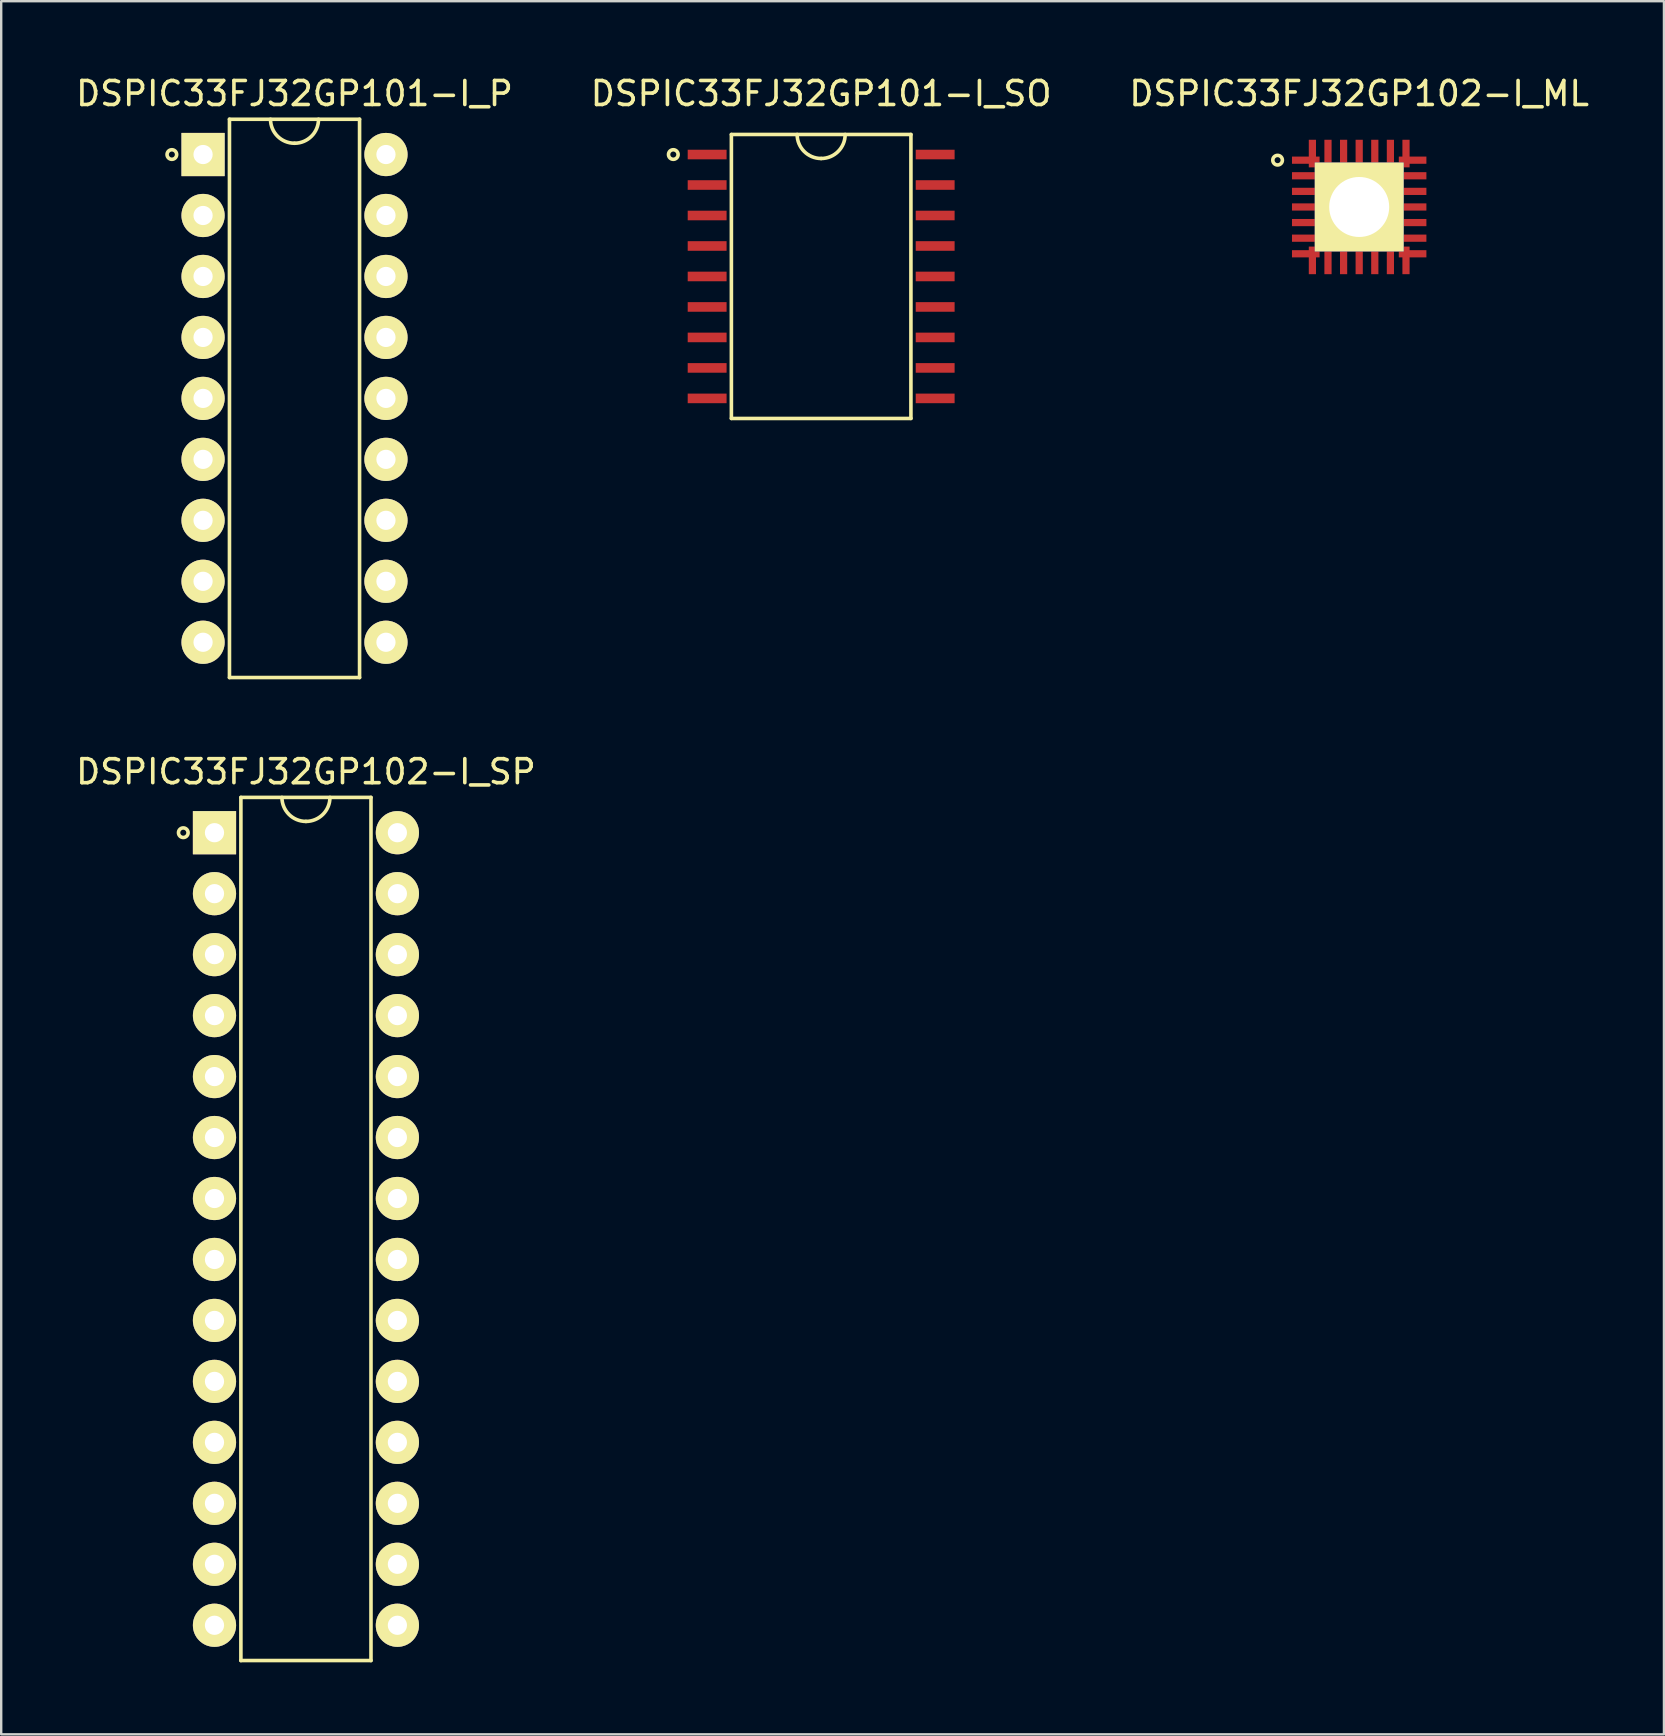
<source format=kicad_pcb>
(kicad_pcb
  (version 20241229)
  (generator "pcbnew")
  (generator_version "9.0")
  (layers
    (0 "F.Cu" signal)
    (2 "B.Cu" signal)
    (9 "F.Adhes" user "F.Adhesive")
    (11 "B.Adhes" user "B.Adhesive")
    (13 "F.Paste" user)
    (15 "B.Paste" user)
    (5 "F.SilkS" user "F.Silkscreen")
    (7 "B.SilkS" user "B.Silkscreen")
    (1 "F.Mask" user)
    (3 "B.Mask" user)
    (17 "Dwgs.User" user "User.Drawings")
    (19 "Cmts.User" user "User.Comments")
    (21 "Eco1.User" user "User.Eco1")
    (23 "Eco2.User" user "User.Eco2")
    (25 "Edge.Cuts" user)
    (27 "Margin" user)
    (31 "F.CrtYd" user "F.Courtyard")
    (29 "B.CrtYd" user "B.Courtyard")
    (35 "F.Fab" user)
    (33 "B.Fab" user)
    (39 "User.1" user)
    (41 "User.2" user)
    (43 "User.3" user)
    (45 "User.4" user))
  (footprint "DSPIC33FJ32GP102-I_ML"
    (layer "F.Cu")
    (at 51.352 3.348)
    (property "Reference" "DSPIC33FJ32GP102-I_ML" (at 2.225 -2.5 0) (layer "F.SilkS") (effects (font (size 1 1) (thickness 0.15))))
    (attr through_hole)
    (fp_line (start 0.775 0.775) (end 0.775 3.675) (stroke (width 0.15) (type solid)) (layer "F.SilkS"))
    (fp_line (start 0.775 0.775) (end 3.675 0.775) (stroke (width 0.15) (type solid)) (layer "F.SilkS"))
    (fp_line (start 0.775 3.675) (end 3.675 3.675) (stroke (width 0.15) (type solid)) (layer "F.SilkS"))
    (fp_line (start 3.675 3.675) (end 3.675 0.775) (stroke (width 0.15) (type solid)) (layer "F.SilkS"))
    (fp_circle (center -1.175 0.275) (end -1.175 0.075) (stroke (width 0.15) (type solid)) (fill no) (layer "F.SilkS"))
    (fp_circle (center 1.775 1.775) (end 1.775 1.275) (stroke (width 0.15) (type solid)) (fill no) (layer "F.SilkS"))
    (pad "1" smd rect (at 0 0.275) (size 1.15 0.3) (layers "F.Cu" "F.Mask" "F.Paste"))
    (pad "2" smd rect (at 0 0.925) (size 1.15 0.3) (layers "F.Cu" "F.Mask" "F.Paste"))
    (pad "3" smd rect (at 0 1.575) (size 1.15 0.3) (layers "F.Cu" "F.Mask" "F.Paste"))
    (pad "4" smd rect (at 0 2.225) (size 1.15 0.3) (layers "F.Cu" "F.Mask" "F.Paste"))
    (pad "5" smd rect (at 0 2.875) (size 1.15 0.3) (layers "F.Cu" "F.Mask" "F.Paste"))
    (pad "6" smd rect (at 0 3.525) (size 1.15 0.3) (layers "F.Cu" "F.Mask" "F.Paste"))
    (pad "7" smd rect (at 0 4.175) (size 1.15 0.3) (layers "F.Cu" "F.Mask" "F.Paste"))
    (pad "8" smd rect (at 0.275 4.45) (size 0.3 1.15) (layers "F.Cu" "F.Mask" "F.Paste"))
    (pad "9" smd rect (at 0.925 4.45) (size 0.3 1.15) (layers "F.Cu" "F.Mask" "F.Paste"))
    (pad "10" smd rect (at 1.575 4.45) (size 0.3 1.15) (layers "F.Cu" "F.Mask" "F.Paste"))
    (pad "11" smd rect (at 2.225 4.45) (size 0.3 1.15) (layers "F.Cu" "F.Mask" "F.Paste"))
    (pad "12" smd rect (at 2.875 4.45) (size 0.3 1.15) (layers "F.Cu" "F.Mask" "F.Paste"))
    (pad "13" smd rect (at 3.525 4.45) (size 0.3 1.15) (layers "F.Cu" "F.Mask" "F.Paste"))
    (pad "14" smd rect (at 4.175 4.45) (size 0.3 1.15) (layers "F.Cu" "F.Mask" "F.Paste"))
    (pad "15" smd rect (at 4.45 4.175) (size 1.15 0.3) (layers "F.Cu" "F.Mask" "F.Paste"))
    (pad "16" smd rect (at 4.45 3.525) (size 1.15 0.3) (layers "F.Cu" "F.Mask" "F.Paste"))
    (pad "17" smd rect (at 4.45 2.875) (size 1.15 0.3) (layers "F.Cu" "F.Mask" "F.Paste"))
    (pad "18" smd rect (at 4.45 2.225) (size 1.15 0.3) (layers "F.Cu" "F.Mask" "F.Paste"))
    (pad "19" smd rect (at 4.45 1.575) (size 1.15 0.3) (layers "F.Cu" "F.Mask" "F.Paste"))
    (pad "20" smd rect (at 4.45 0.925) (size 1.15 0.3) (layers "F.Cu" "F.Mask" "F.Paste"))
    (pad "21" smd rect (at 4.45 0.275) (size 1.15 0.3) (layers "F.Cu" "F.Mask" "F.Paste"))
    (pad "22" smd rect (at 4.175 0) (size 0.3 1.15) (layers "F.Cu" "F.Mask" "F.Paste"))
    (pad "23" smd rect (at 3.525 0) (size 0.3 1.15) (layers "F.Cu" "F.Mask" "F.Paste"))
    (pad "24" smd rect (at 2.875 0) (size 0.3 1.15) (layers "F.Cu" "F.Mask" "F.Paste"))
    (pad "25" smd rect (at 2.225 0) (size 0.3 1.15) (layers "F.Cu" "F.Mask" "F.Paste"))
    (pad "26" smd rect (at 1.575 0) (size 0.3 1.15) (layers "F.Cu" "F.Mask" "F.Paste"))
    (pad "27" smd rect (at 0.925 0) (size 0.3 1.15) (layers "F.Cu" "F.Mask" "F.Paste"))
    (pad "28" smd rect (at 0.275 0) (size 0.3 1.15) (layers "F.Cu" "F.Mask" "F.Paste"))
    (pad "999" thru_hole rect (at 2.225 2.225) (size 3.7 3.7) (drill 2.5) (layers "*.Cu" "*.Mask" "F.SilkS")))
  (footprint "DSPIC33FJ32GP102-I_SP"
    (layer "F.Cu")
    (at 5.886 31.642)
    (property "Reference" "DSPIC33FJ32GP102-I_SP" (at 3.81 -2.54 0) (layer "F.SilkS") (effects (font (size 1 1) (thickness 0.15))))
    (attr through_hole)
    (fp_line (start 1.1 -1.47) (end 6.52 -1.47) (stroke (width 0.15) (type solid)) (layer "F.SilkS"))
    (fp_line (start 1.1 34.49) (end 1.1 -1.47) (stroke (width 0.15) (type solid)) (layer "F.SilkS"))
    (fp_line (start 6.52 -1.47) (end 6.52 34.49) (stroke (width 0.15) (type solid)) (layer "F.SilkS"))
    (fp_line (start 6.52 34.49) (end 1.1 34.49) (stroke (width 0.15) (type solid)) (layer "F.SilkS"))
    (fp_arc (start 3.81 -0.47) (mid 3.102893 -0.762893) (end 2.81 -1.47) (stroke (width 0.15) (type solid)) (layer "F.SilkS"))
    (fp_arc (start 4.81 -1.47) (mid 4.517107 -0.762893) (end 3.81 -0.47) (stroke (width 0.15) (type solid)) (layer "F.SilkS"))
    (fp_circle (center -1.3 0) (end -1.3 0.2) (stroke (width 0.15) (type solid)) (fill no) (layer "F.SilkS"))
    (pad "1" thru_hole rect (at 0 0) (size 1.8 1.8) (drill 0.8) (layers "*.Cu" "*.Mask" "F.SilkS"))
    (pad "2" thru_hole circle (at 0 2.54) (size 1.8 1.8) (drill 0.8) (layers "*.Cu" "*.Mask" "F.SilkS"))
    (pad "3" thru_hole circle (at 0 5.08) (size 1.8 1.8) (drill 0.8) (layers "*.Cu" "*.Mask" "F.SilkS"))
    (pad "4" thru_hole circle (at 0 7.62) (size 1.8 1.8) (drill 0.8) (layers "*.Cu" "*.Mask" "F.SilkS"))
    (pad "5" thru_hole circle (at 0 10.16) (size 1.8 1.8) (drill 0.8) (layers "*.Cu" "*.Mask" "F.SilkS"))
    (pad "6" thru_hole circle (at 0 12.7) (size 1.8 1.8) (drill 0.8) (layers "*.Cu" "*.Mask" "F.SilkS"))
    (pad "7" thru_hole circle (at 0 15.24) (size 1.8 1.8) (drill 0.8) (layers "*.Cu" "*.Mask" "F.SilkS"))
    (pad "8" thru_hole circle (at 0 17.78) (size 1.8 1.8) (drill 0.8) (layers "*.Cu" "*.Mask" "F.SilkS"))
    (pad "9" thru_hole circle (at 0 20.32) (size 1.8 1.8) (drill 0.8) (layers "*.Cu" "*.Mask" "F.SilkS"))
    (pad "10" thru_hole circle (at 0 22.86) (size 1.8 1.8) (drill 0.8) (layers "*.Cu" "*.Mask" "F.SilkS"))
    (pad "11" thru_hole circle (at 0 25.4) (size 1.8 1.8) (drill 0.8) (layers "*.Cu" "*.Mask" "F.SilkS"))
    (pad "12" thru_hole circle (at 0 27.94) (size 1.8 1.8) (drill 0.8) (layers "*.Cu" "*.Mask" "F.SilkS"))
    (pad "13" thru_hole circle (at 0 30.48) (size 1.8 1.8) (drill 0.8) (layers "*.Cu" "*.Mask" "F.SilkS"))
    (pad "14" thru_hole circle (at 0 33.02) (size 1.8 1.8) (drill 0.8) (layers "*.Cu" "*.Mask" "F.SilkS"))
    (pad "15" thru_hole circle (at 7.62 33.02) (size 1.8 1.8) (drill 0.8) (layers "*.Cu" "*.Mask" "F.SilkS"))
    (pad "16" thru_hole circle (at 7.62 30.48) (size 1.8 1.8) (drill 0.8) (layers "*.Cu" "*.Mask" "F.SilkS"))
    (pad "17" thru_hole circle (at 7.62 27.94) (size 1.8 1.8) (drill 0.8) (layers "*.Cu" "*.Mask" "F.SilkS"))
    (pad "18" thru_hole circle (at 7.62 25.4) (size 1.8 1.8) (drill 0.8) (layers "*.Cu" "*.Mask" "F.SilkS"))
    (pad "19" thru_hole circle (at 7.62 22.86) (size 1.8 1.8) (drill 0.8) (layers "*.Cu" "*.Mask" "F.SilkS"))
    (pad "20" thru_hole circle (at 7.62 20.32) (size 1.8 1.8) (drill 0.8) (layers "*.Cu" "*.Mask" "F.SilkS"))
    (pad "21" thru_hole circle (at 7.62 17.78) (size 1.8 1.8) (drill 0.8) (layers "*.Cu" "*.Mask" "F.SilkS"))
    (pad "22" thru_hole circle (at 7.62 15.24) (size 1.8 1.8) (drill 0.8) (layers "*.Cu" "*.Mask" "F.SilkS"))
    (pad "23" thru_hole circle (at 7.62 12.7) (size 1.8 1.8) (drill 0.8) (layers "*.Cu" "*.Mask" "F.SilkS"))
    (pad "24" thru_hole circle (at 7.62 10.16) (size 1.8 1.8) (drill 0.8) (layers "*.Cu" "*.Mask" "F.SilkS"))
    (pad "25" thru_hole circle (at 7.62 7.62) (size 1.8 1.8) (drill 0.8) (layers "*.Cu" "*.Mask" "F.SilkS"))
    (pad "26" thru_hole circle (at 7.62 5.08) (size 1.8 1.8) (drill 0.8) (layers "*.Cu" "*.Mask" "F.SilkS"))
    (pad "27" thru_hole circle (at 7.62 2.54) (size 1.8 1.8) (drill 0.8) (layers "*.Cu" "*.Mask" "F.SilkS"))
    (pad "28" thru_hole circle (at 7.62 0) (size 1.8 1.8) (drill 0.8) (layers "*.Cu" "*.Mask" "F.SilkS")))
  (footprint "DSPIC33FJ32GP101-I_P"
    (layer "F.Cu")
    (at 5.41 3.388)
    (property "Reference" "DSPIC33FJ32GP101-I_P" (at 3.81 -2.54 0) (layer "F.SilkS") (effects (font (size 1 1) (thickness 0.15))))
    (attr through_hole)
    (fp_line (start 1.1 -1.47) (end 6.52 -1.47) (stroke (width 0.15) (type solid)) (layer "F.SilkS"))
    (fp_line (start 1.1 21.79) (end 1.1 -1.47) (stroke (width 0.15) (type solid)) (layer "F.SilkS"))
    (fp_line (start 6.52 -1.47) (end 6.52 21.79) (stroke (width 0.15) (type solid)) (layer "F.SilkS"))
    (fp_line (start 6.52 21.79) (end 1.1 21.79) (stroke (width 0.15) (type solid)) (layer "F.SilkS"))
    (fp_arc (start 3.81 -0.47) (mid 3.102893 -0.762893) (end 2.81 -1.47) (stroke (width 0.15) (type solid)) (layer "F.SilkS"))
    (fp_arc (start 4.81 -1.47) (mid 4.517107 -0.762893) (end 3.81 -0.47) (stroke (width 0.15) (type solid)) (layer "F.SilkS"))
    (fp_circle (center -1.3 0) (end -1.3 0.2) (stroke (width 0.15) (type solid)) (fill no) (layer "F.SilkS"))
    (pad "1" thru_hole rect (at 0 0) (size 1.8 1.8) (drill 0.8) (layers "*.Cu" "*.Mask" "F.SilkS"))
    (pad "2" thru_hole circle (at 0 2.54) (size 1.8 1.8) (drill 0.8) (layers "*.Cu" "*.Mask" "F.SilkS"))
    (pad "3" thru_hole circle (at 0 5.08) (size 1.8 1.8) (drill 0.8) (layers "*.Cu" "*.Mask" "F.SilkS"))
    (pad "4" thru_hole circle (at 0 7.62) (size 1.8 1.8) (drill 0.8) (layers "*.Cu" "*.Mask" "F.SilkS"))
    (pad "5" thru_hole circle (at 0 10.16) (size 1.8 1.8) (drill 0.8) (layers "*.Cu" "*.Mask" "F.SilkS"))
    (pad "6" thru_hole circle (at 0 12.7) (size 1.8 1.8) (drill 0.8) (layers "*.Cu" "*.Mask" "F.SilkS"))
    (pad "7" thru_hole circle (at 0 15.24) (size 1.8 1.8) (drill 0.8) (layers "*.Cu" "*.Mask" "F.SilkS"))
    (pad "8" thru_hole circle (at 0 17.78) (size 1.8 1.8) (drill 0.8) (layers "*.Cu" "*.Mask" "F.SilkS"))
    (pad "9" thru_hole circle (at 0 20.32) (size 1.8 1.8) (drill 0.8) (layers "*.Cu" "*.Mask" "F.SilkS"))
    (pad "10" thru_hole circle (at 7.62 20.32) (size 1.8 1.8) (drill 0.8) (layers "*.Cu" "*.Mask" "F.SilkS"))
    (pad "11" thru_hole circle (at 7.62 17.78) (size 1.8 1.8) (drill 0.8) (layers "*.Cu" "*.Mask" "F.SilkS"))
    (pad "12" thru_hole circle (at 7.62 15.24) (size 1.8 1.8) (drill 0.8) (layers "*.Cu" "*.Mask" "F.SilkS"))
    (pad "13" thru_hole circle (at 7.62 12.7) (size 1.8 1.8) (drill 0.8) (layers "*.Cu" "*.Mask" "F.SilkS"))
    (pad "14" thru_hole circle (at 7.62 10.16) (size 1.8 1.8) (drill 0.8) (layers "*.Cu" "*.Mask" "F.SilkS"))
    (pad "15" thru_hole circle (at 7.62 7.62) (size 1.8 1.8) (drill 0.8) (layers "*.Cu" "*.Mask" "F.SilkS"))
    (pad "16" thru_hole circle (at 7.62 5.08) (size 1.8 1.8) (drill 0.8) (layers "*.Cu" "*.Mask" "F.SilkS"))
    (pad "17" thru_hole circle (at 7.62 2.54) (size 1.8 1.8) (drill 0.8) (layers "*.Cu" "*.Mask" "F.SilkS"))
    (pad "18" thru_hole circle (at 7.62 0) (size 1.8 1.8) (drill 0.8) (layers "*.Cu" "*.Mask" "F.SilkS")))
  (footprint "DSPIC33FJ32GP101-I_SO"
    (layer "F.Cu")
    (at 26.411 3.388)
    (property "Reference" "DSPIC33FJ32GP101-I_SO" (at 4.75 -2.54 0) (layer "F.SilkS") (effects (font (size 1 1) (thickness 0.15))))
    (attr through_hole)
    (fp_line (start 1.01 -0.835) (end 8.49 -0.835) (stroke (width 0.15) (type solid)) (layer "F.SilkS"))
    (fp_line (start 1.01 10.995) (end 1.01 -0.835) (stroke (width 0.15) (type solid)) (layer "F.SilkS"))
    (fp_line (start 8.49 -0.835) (end 8.49 10.995) (stroke (width 0.15) (type solid)) (layer "F.SilkS"))
    (fp_line (start 8.49 10.995) (end 1.01 10.995) (stroke (width 0.15) (type solid)) (layer "F.SilkS"))
    (fp_arc (start 4.75 0.165) (mid 4.042893 -0.127893) (end 3.75 -0.835) (stroke (width 0.15) (type solid)) (layer "F.SilkS"))
    (fp_arc (start 5.75 -0.835) (mid 5.457107 -0.127893) (end 4.75 0.165) (stroke (width 0.15) (type solid)) (layer "F.SilkS"))
    (fp_circle (center -1.41 0) (end -1.41 0.2) (stroke (width 0.15) (type solid)) (fill no) (layer "F.SilkS"))
    (pad "1" smd rect (at 0 0) (size 1.62 0.4) (layers "F.Cu" "F.Mask" "F.Paste"))
    (pad "2" smd rect (at 0 1.27) (size 1.62 0.4) (layers "F.Cu" "F.Mask" "F.Paste"))
    (pad "3" smd rect (at 0 2.54) (size 1.62 0.4) (layers "F.Cu" "F.Mask" "F.Paste"))
    (pad "4" smd rect (at 0 3.81) (size 1.62 0.4) (layers "F.Cu" "F.Mask" "F.Paste"))
    (pad "5" smd rect (at 0 5.08) (size 1.62 0.4) (layers "F.Cu" "F.Mask" "F.Paste"))
    (pad "6" smd rect (at 0 6.35) (size 1.62 0.4) (layers "F.Cu" "F.Mask" "F.Paste"))
    (pad "7" smd rect (at 0 7.62) (size 1.62 0.4) (layers "F.Cu" "F.Mask" "F.Paste"))
    (pad "8" smd rect (at 0 8.89) (size 1.62 0.4) (layers "F.Cu" "F.Mask" "F.Paste"))
    (pad "9" smd rect (at 0 10.16) (size 1.62 0.4) (layers "F.Cu" "F.Mask" "F.Paste"))
    (pad "10" smd rect (at 9.5 10.16) (size 1.62 0.4) (layers "F.Cu" "F.Mask" "F.Paste"))
    (pad "11" smd rect (at 9.5 8.89) (size 1.62 0.4) (layers "F.Cu" "F.Mask" "F.Paste"))
    (pad "12" smd rect (at 9.5 7.62) (size 1.62 0.4) (layers "F.Cu" "F.Mask" "F.Paste"))
    (pad "13" smd rect (at 9.5 6.35) (size 1.62 0.4) (layers "F.Cu" "F.Mask" "F.Paste"))
    (pad "14" smd rect (at 9.5 5.08) (size 1.62 0.4) (layers "F.Cu" "F.Mask" "F.Paste"))
    (pad "15" smd rect (at 9.5 3.81) (size 1.62 0.4) (layers "F.Cu" "F.Mask" "F.Paste"))
    (pad "16" smd rect (at 9.5 2.54) (size 1.62 0.4) (layers "F.Cu" "F.Mask" "F.Paste"))
    (pad "17" smd rect (at 9.5 1.27) (size 1.62 0.4) (layers "F.Cu" "F.Mask" "F.Paste"))
    (pad "18" smd rect (at 9.5 0) (size 1.62 0.4) (layers "F.Cu" "F.Mask" "F.Paste")))
  (gr_rect
    (start -3 -3)
    (end 66.274 69.207)
    (stroke (width 0.1) (type default))
    (fill no)
    (layer "Edge.Cuts")))
</source>
